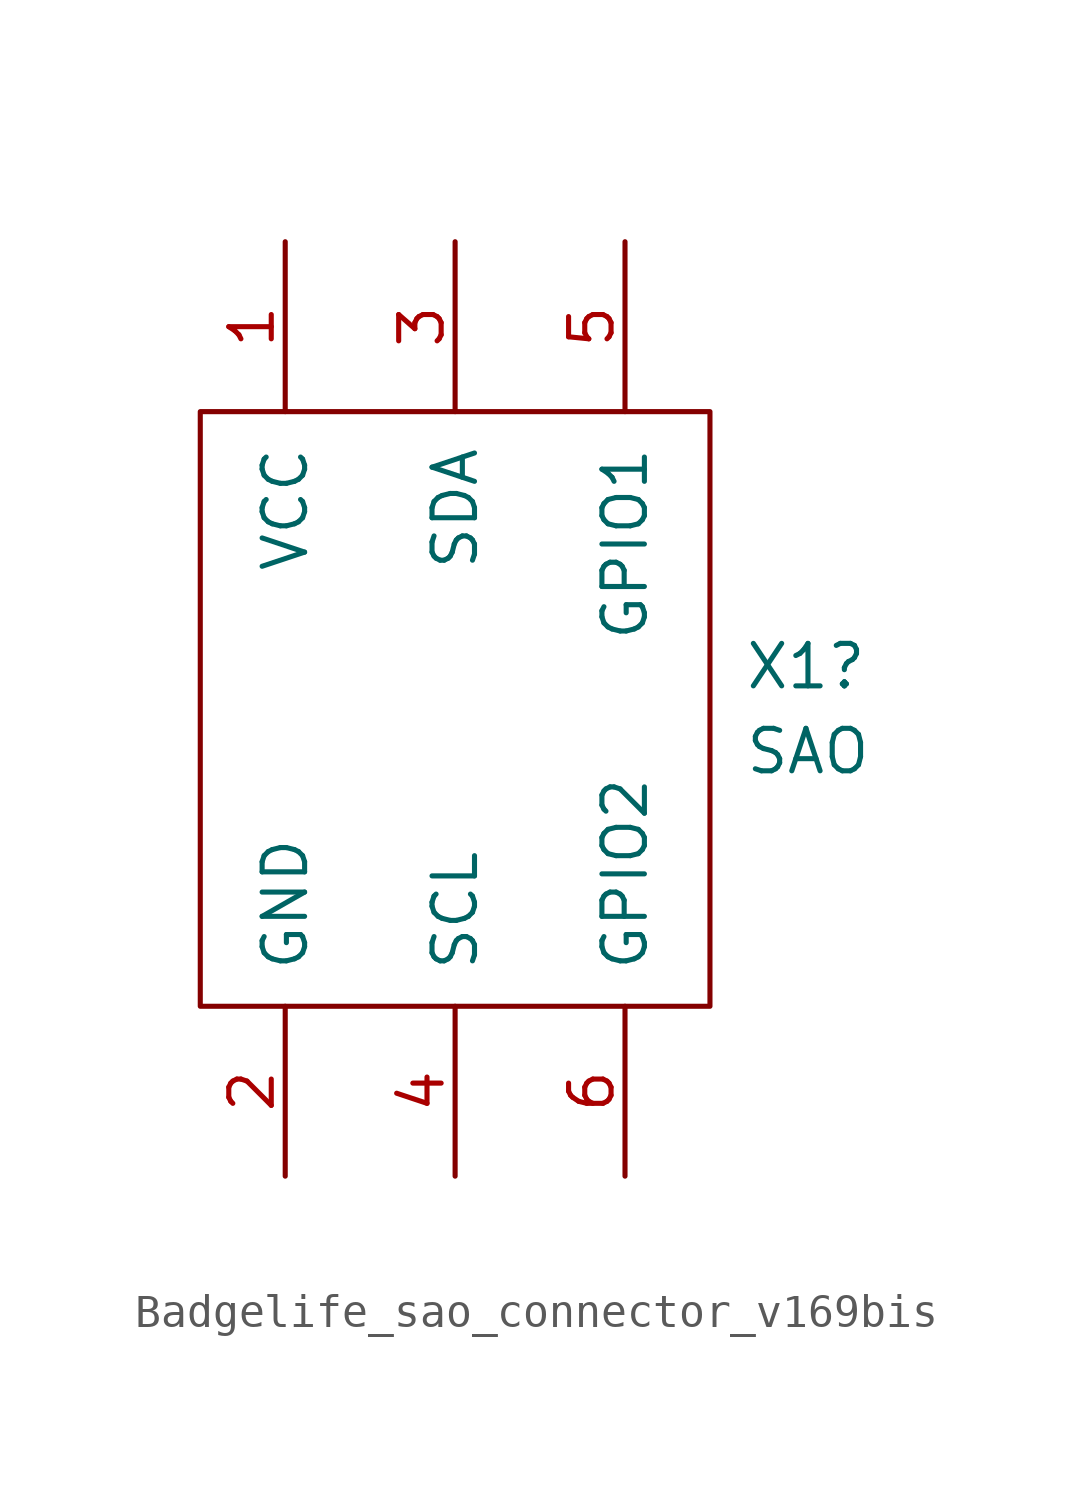
<source format=kicad_sym>
(kicad_symbol_lib
  (version 20220914)
  (generator kicad_symbol_editor)
  (symbol "Badgelife_sao_connector_v169bis"
    (pin_names
      (offset 1.016))
    (property "Reference" "X1"
      (at 8.636 1.27 0)
      (effects (font (size 1.27 1.27)) (justify left)))
    (property "Value" "SAO"
      (at 8.636 -1.27 0)
      (effects (font (size 1.27 1.27)) (justify left)))
    (symbol "Badgelife_sao_connector_v169bis_0_1"
      (rectangle (start -7.62 8.89) (end 7.62 -8.89) (stroke (width 0) (type default)) (fill (type none))))
    (symbol "Badgelife_sao_connector_v169bis_1_1"
      (pin power_out line (at -5.08 13.97 270) (length 5.08) (name "VCC" (effects (font (size 1.27 1.27)))) (number "1" (effects (font (size 1.27 1.27)))))
      (pin power_out line (at -5.08 -13.97 90) (length 5.08) (name "GND" (effects (font (size 1.27 1.27)))) (number "2" (effects (font (size 1.27 1.27)))))
      (pin bidirectional line (at 0 13.97 270) (length 5.08) (name "SDA" (effects (font (size 1.27 1.27)))) (number "3" (effects (font (size 1.27 1.27)))))
      (pin output line (at 0 -13.97 90) (length 5.08) (name "SCL" (effects (font (size 1.27 1.27)))) (number "4" (effects (font (size 1.27 1.27)))))
      (pin output line (at 5.08 13.97 270) (length 5.08) (name "GPIO1" (effects (font (size 1.27 1.27)))) (number "5" (effects (font (size 1.27 1.27)))))
      (pin input line (at 5.08 -13.97 90) (length 5.08) (name "GPIO2" (effects (font (size 1.27 1.27)))) (number "6" (effects (font (size 1.27 1.27))))))))
</source>
